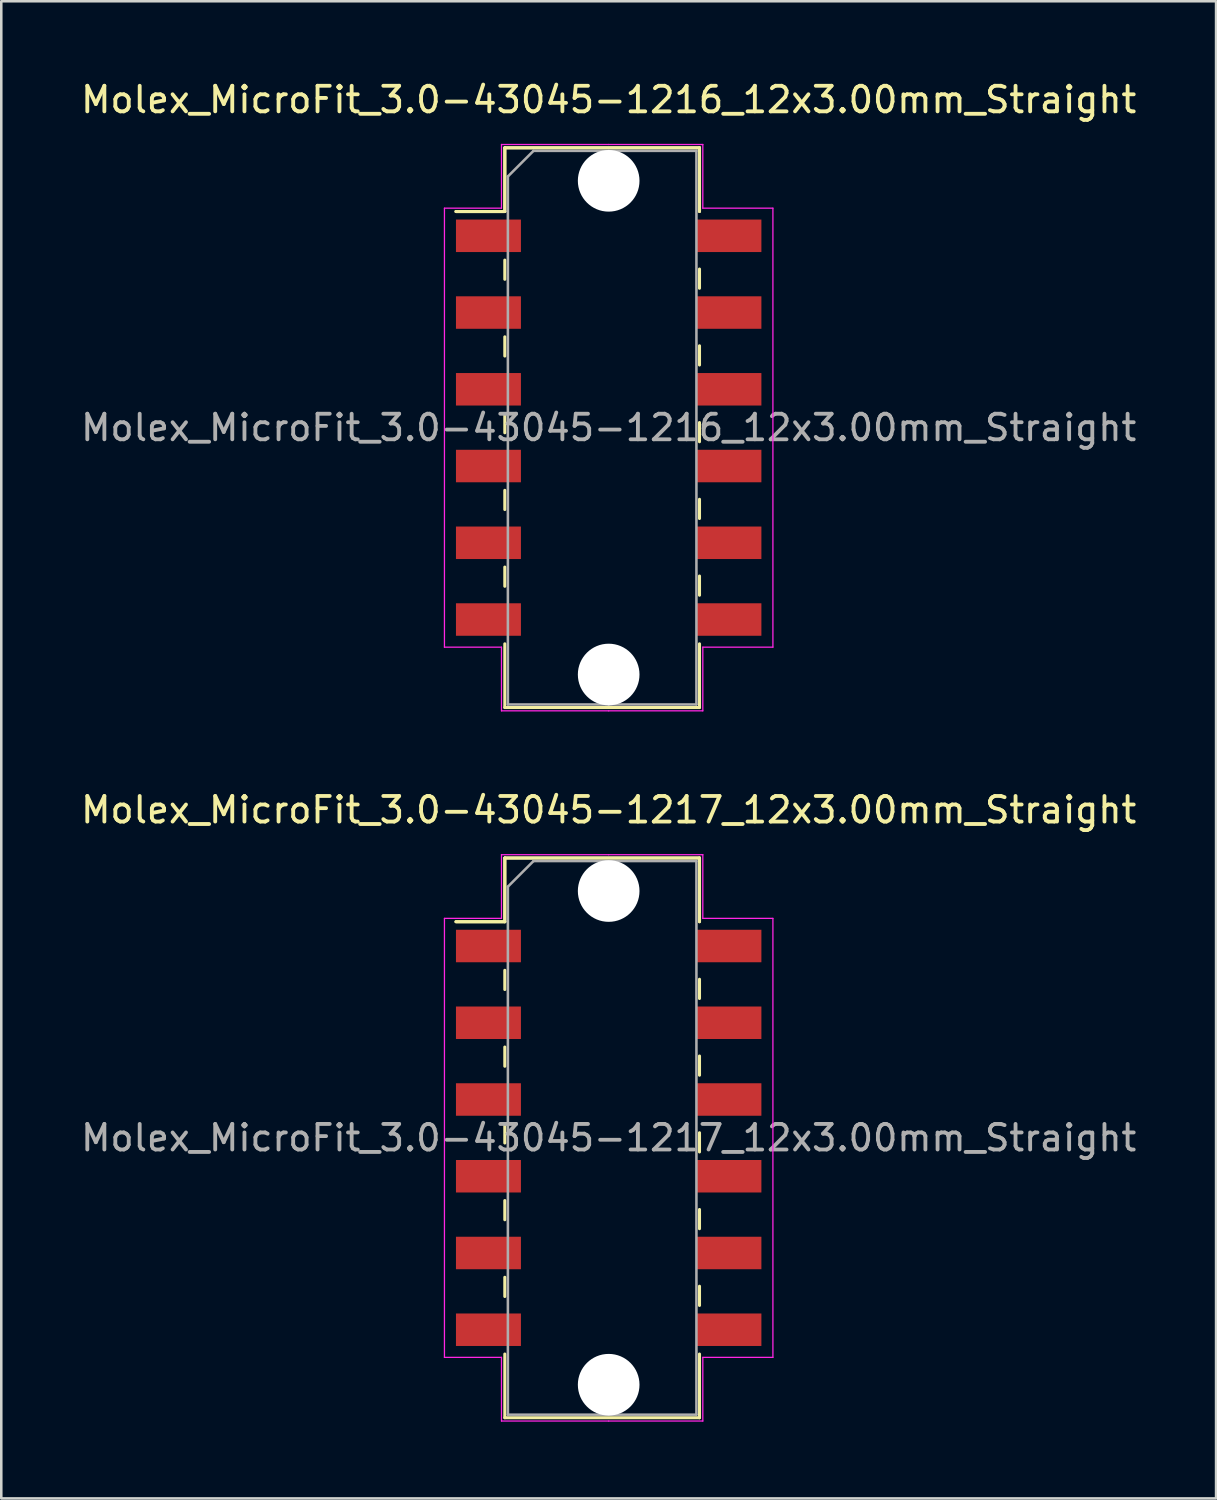
<source format=kicad_pcb>
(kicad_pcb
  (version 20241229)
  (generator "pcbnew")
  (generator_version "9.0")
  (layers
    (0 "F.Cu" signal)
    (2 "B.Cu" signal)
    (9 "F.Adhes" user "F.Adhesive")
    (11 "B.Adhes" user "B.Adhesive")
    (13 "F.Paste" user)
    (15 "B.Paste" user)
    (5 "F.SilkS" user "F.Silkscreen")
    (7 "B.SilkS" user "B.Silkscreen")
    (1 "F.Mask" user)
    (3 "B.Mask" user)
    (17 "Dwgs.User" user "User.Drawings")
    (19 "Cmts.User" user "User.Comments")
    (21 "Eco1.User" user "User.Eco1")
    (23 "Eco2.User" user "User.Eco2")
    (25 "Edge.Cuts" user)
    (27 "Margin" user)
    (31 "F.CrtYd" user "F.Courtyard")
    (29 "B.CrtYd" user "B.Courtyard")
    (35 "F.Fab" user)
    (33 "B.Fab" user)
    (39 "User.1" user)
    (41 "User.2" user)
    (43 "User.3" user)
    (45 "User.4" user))
  (footprint "Molex_MicroFit_3.0-43045-1217_12x3.00mm_Straight"
    (layer "F.Cu")
    (at 20.744 41.431)
    (property "Reference" "Molex_MicroFit_3.0-43045-1217_12x3.00mm_Straight" (at 0 -12.82 0) (layer "F.SilkS") (effects (font (size 1 1) (thickness 0.15))))
    (attr smd)
    (fp_line (start -5.97 -8.45) (end -4.06 -8.45) (stroke (width 0.12) (type solid)) (layer "F.SilkS"))
    (fp_line (start -5.97 -8.45) (end -4.06 -8.45) (stroke (width 0.12) (type solid)) (layer "F.SilkS"))
    (fp_line (start -4.06 -10.94) (end 3.55 -10.94) (stroke (width 0.12) (type solid)) (layer "F.SilkS"))
    (fp_line (start -4.06 -10.94) (end 3.55 -10.94) (stroke (width 0.12) (type solid)) (layer "F.SilkS"))
    (fp_line (start -4.06 -8.45) (end -4.06 -10.94) (stroke (width 0.12) (type solid)) (layer "F.SilkS"))
    (fp_line (start -4.06 -8.45) (end -4.06 -10.94) (stroke (width 0.12) (type solid)) (layer "F.SilkS"))
    (fp_line (start -4.06 -6.55) (end -4.06 -5.8) (stroke (width 0.12) (type solid)) (layer "F.SilkS"))
    (fp_line (start -4.06 -3.55) (end -4.06 -2.8) (stroke (width 0.12) (type solid)) (layer "F.SilkS"))
    (fp_line (start -4.06 -0.55) (end -4.06 0.2) (stroke (width 0.12) (type solid)) (layer "F.SilkS"))
    (fp_line (start -4.06 2.45) (end -4.06 3.2) (stroke (width 0.12) (type solid)) (layer "F.SilkS"))
    (fp_line (start -4.06 5.45) (end -4.06 6.2) (stroke (width 0.12) (type solid)) (layer "F.SilkS"))
    (fp_line (start -4.06 10.94) (end -4.06 8.45) (stroke (width 0.12) (type solid)) (layer "F.SilkS"))
    (fp_line (start 3.55 -10.94) (end 3.55 -8.45) (stroke (width 0.12) (type solid)) (layer "F.SilkS"))
    (fp_line (start 3.55 -10.94) (end 3.55 -8.45) (stroke (width 0.12) (type solid)) (layer "F.SilkS"))
    (fp_line (start 3.55 -5.45) (end 3.55 -6.2) (stroke (width 0.12) (type solid)) (layer "F.SilkS"))
    (fp_line (start 3.55 -2.45) (end 3.55 -3.2) (stroke (width 0.12) (type solid)) (layer "F.SilkS"))
    (fp_line (start 3.55 0.55) (end 3.55 -0.2) (stroke (width 0.12) (type solid)) (layer "F.SilkS"))
    (fp_line (start 3.55 3.55) (end 3.55 2.8) (stroke (width 0.12) (type solid)) (layer "F.SilkS"))
    (fp_line (start 3.55 6.55) (end 3.55 5.8) (stroke (width 0.12) (type solid)) (layer "F.SilkS"))
    (fp_line (start 3.55 8.45) (end 3.55 10.94) (stroke (width 0.12) (type solid)) (layer "F.SilkS"))
    (fp_line (start 3.55 10.94) (end -4.06 10.94) (stroke (width 0.12) (type solid)) (layer "F.SilkS"))
    (fp_line (start -6.42 -8.58) (end -4.19 -8.58) (stroke (width 0.05) (type solid)) (layer "F.CrtYd"))
    (fp_line (start -6.42 8.58) (end -6.42 -8.58) (stroke (width 0.05) (type solid)) (layer "F.CrtYd"))
    (fp_line (start -4.19 -11.07) (end 0 -11.07) (stroke (width 0.05) (type solid)) (layer "F.CrtYd"))
    (fp_line (start -4.19 -8.58) (end -4.19 -11.07) (stroke (width 0.05) (type solid)) (layer "F.CrtYd"))
    (fp_line (start -4.19 8.58) (end -6.42 8.58) (stroke (width 0.05) (type solid)) (layer "F.CrtYd"))
    (fp_line (start -4.19 11.07) (end -4.19 8.58) (stroke (width 0.05) (type solid)) (layer "F.CrtYd"))
    (fp_line (start 0 -11.07) (end 3.68 -11.07) (stroke (width 0.05) (type solid)) (layer "F.CrtYd"))
    (fp_line (start 0 11.07) (end -4.19 11.07) (stroke (width 0.05) (type solid)) (layer "F.CrtYd"))
    (fp_line (start 3.68 -11.07) (end 3.68 -8.58) (stroke (width 0.05) (type solid)) (layer "F.CrtYd"))
    (fp_line (start 3.68 -8.58) (end 6.42 -8.58) (stroke (width 0.05) (type solid)) (layer "F.CrtYd"))
    (fp_line (start 3.68 8.58) (end 3.68 11.07) (stroke (width 0.05) (type solid)) (layer "F.CrtYd"))
    (fp_line (start 3.68 11.07) (end 0 11.07) (stroke (width 0.05) (type solid)) (layer "F.CrtYd"))
    (fp_line (start 6.42 -8.58) (end 6.42 8.58) (stroke (width 0.05) (type solid)) (layer "F.CrtYd"))
    (fp_line (start 6.42 8.58) (end 3.68 8.58) (stroke (width 0.05) (type solid)) (layer "F.CrtYd"))
    (fp_line (start -3.94 -9.82) (end -2.94 -10.82) (stroke (width 0.1) (type solid)) (layer "F.Fab"))
    (fp_line (start -3.94 10.82) (end -3.94 -9.82) (stroke (width 0.1) (type solid)) (layer "F.Fab"))
    (fp_line (start -2.94 -10.82) (end 0 -10.82) (stroke (width 0.1) (type solid)) (layer "F.Fab"))
    (fp_line (start 0 -10.82) (end 3.43 -10.82) (stroke (width 0.1) (type solid)) (layer "F.Fab"))
    (fp_line (start 0 10.82) (end -3.94 10.82) (stroke (width 0.1) (type solid)) (layer "F.Fab"))
    (fp_line (start 3.43 -10.82) (end 3.43 10.82) (stroke (width 0.1) (type solid)) (layer "F.Fab"))
    (fp_line (start 3.43 10.82) (end 0 10.82) (stroke (width 0.1) (type solid)) (layer "F.Fab"))
    (fp_text user "${REFERENCE}" (at 0 0 0) (layer "F.Fab") (effects (font (size 1 1) (thickness 0.15))))
    (pad "" np_thru_hole circle (at 0 -9.65) (size 2.41 2.41) (drill 2.41) (layers "*.Cu"))
    (pad "" np_thru_hole circle (at 0 9.65) (size 2.41 2.41) (drill 2.41) (layers "*.Cu"))
    (pad "1" smd rect (at -4.7 -7.5) (size 2.54 1.27) (layers "F.Cu" "F.Mask" "F.Paste"))
    (pad "2" smd rect (at -4.7 -4.5) (size 2.54 1.27) (layers "F.Cu" "F.Mask" "F.Paste"))
    (pad "3" smd rect (at -4.7 -1.5) (size 2.54 1.27) (layers "F.Cu" "F.Mask" "F.Paste"))
    (pad "4" smd rect (at -4.7 1.5) (size 2.54 1.27) (layers "F.Cu" "F.Mask" "F.Paste"))
    (pad "5" smd rect (at -4.7 4.5) (size 2.54 1.27) (layers "F.Cu" "F.Mask" "F.Paste"))
    (pad "6" smd rect (at -4.7 7.5) (size 2.54 1.27) (layers "F.Cu" "F.Mask" "F.Paste"))
    (pad "7" smd rect (at 4.7 7.5) (size 2.54 1.27) (layers "F.Cu" "F.Mask" "F.Paste"))
    (pad "8" smd rect (at 4.7 4.5) (size 2.54 1.27) (layers "F.Cu" "F.Mask" "F.Paste"))
    (pad "9" smd rect (at 4.7 1.5) (size 2.54 1.27) (layers "F.Cu" "F.Mask" "F.Paste"))
    (pad "10" smd rect (at 4.7 -1.5) (size 2.54 1.27) (layers "F.Cu" "F.Mask" "F.Paste"))
    (pad "11" smd rect (at 4.7 -4.5) (size 2.54 1.27) (layers "F.Cu" "F.Mask" "F.Paste"))
    (pad "12" smd rect (at 4.7 -7.5) (size 2.54 1.27) (layers "F.Cu" "F.Mask" "F.Paste")))
  (footprint "Molex_MicroFit_3.0-43045-1216_12x3.00mm_Straight"
    (layer "F.Cu")
    (at 20.744 13.668)
    (property "Reference" "Molex_MicroFit_3.0-43045-1216_12x3.00mm_Straight" (at 0 -12.82 0) (layer "F.SilkS") (effects (font (size 1 1) (thickness 0.15))))
    (attr smd)
    (fp_line (start -5.97 -8.45) (end -4.06 -8.45) (stroke (width 0.12) (type solid)) (layer "F.SilkS"))
    (fp_line (start -5.97 -8.45) (end -4.06 -8.45) (stroke (width 0.12) (type solid)) (layer "F.SilkS"))
    (fp_line (start -4.06 -10.94) (end 3.55 -10.94) (stroke (width 0.12) (type solid)) (layer "F.SilkS"))
    (fp_line (start -4.06 -10.94) (end 3.55 -10.94) (stroke (width 0.12) (type solid)) (layer "F.SilkS"))
    (fp_line (start -4.06 -8.45) (end -4.06 -10.94) (stroke (width 0.12) (type solid)) (layer "F.SilkS"))
    (fp_line (start -4.06 -8.45) (end -4.06 -10.94) (stroke (width 0.12) (type solid)) (layer "F.SilkS"))
    (fp_line (start -4.06 -6.55) (end -4.06 -5.8) (stroke (width 0.12) (type solid)) (layer "F.SilkS"))
    (fp_line (start -4.06 -3.55) (end -4.06 -2.8) (stroke (width 0.12) (type solid)) (layer "F.SilkS"))
    (fp_line (start -4.06 -0.55) (end -4.06 0.2) (stroke (width 0.12) (type solid)) (layer "F.SilkS"))
    (fp_line (start -4.06 2.45) (end -4.06 3.2) (stroke (width 0.12) (type solid)) (layer "F.SilkS"))
    (fp_line (start -4.06 5.45) (end -4.06 6.2) (stroke (width 0.12) (type solid)) (layer "F.SilkS"))
    (fp_line (start -4.06 10.94) (end -4.06 8.45) (stroke (width 0.12) (type solid)) (layer "F.SilkS"))
    (fp_line (start 3.55 -10.94) (end 3.55 -8.45) (stroke (width 0.12) (type solid)) (layer "F.SilkS"))
    (fp_line (start 3.55 -10.94) (end 3.55 -8.45) (stroke (width 0.12) (type solid)) (layer "F.SilkS"))
    (fp_line (start 3.55 -5.45) (end 3.55 -6.2) (stroke (width 0.12) (type solid)) (layer "F.SilkS"))
    (fp_line (start 3.55 -2.45) (end 3.55 -3.2) (stroke (width 0.12) (type solid)) (layer "F.SilkS"))
    (fp_line (start 3.55 0.55) (end 3.55 -0.2) (stroke (width 0.12) (type solid)) (layer "F.SilkS"))
    (fp_line (start 3.55 3.55) (end 3.55 2.8) (stroke (width 0.12) (type solid)) (layer "F.SilkS"))
    (fp_line (start 3.55 6.55) (end 3.55 5.8) (stroke (width 0.12) (type solid)) (layer "F.SilkS"))
    (fp_line (start 3.55 8.45) (end 3.55 10.94) (stroke (width 0.12) (type solid)) (layer "F.SilkS"))
    (fp_line (start 3.55 10.94) (end -4.06 10.94) (stroke (width 0.12) (type solid)) (layer "F.SilkS"))
    (fp_line (start -6.42 -8.58) (end -4.19 -8.58) (stroke (width 0.05) (type solid)) (layer "F.CrtYd"))
    (fp_line (start -6.42 8.58) (end -6.42 -8.58) (stroke (width 0.05) (type solid)) (layer "F.CrtYd"))
    (fp_line (start -4.19 -11.07) (end 0 -11.07) (stroke (width 0.05) (type solid)) (layer "F.CrtYd"))
    (fp_line (start -4.19 -8.58) (end -4.19 -11.07) (stroke (width 0.05) (type solid)) (layer "F.CrtYd"))
    (fp_line (start -4.19 8.58) (end -6.42 8.58) (stroke (width 0.05) (type solid)) (layer "F.CrtYd"))
    (fp_line (start -4.19 11.07) (end -4.19 8.58) (stroke (width 0.05) (type solid)) (layer "F.CrtYd"))
    (fp_line (start 0 -11.07) (end 3.68 -11.07) (stroke (width 0.05) (type solid)) (layer "F.CrtYd"))
    (fp_line (start 0 11.07) (end -4.19 11.07) (stroke (width 0.05) (type solid)) (layer "F.CrtYd"))
    (fp_line (start 3.68 -11.07) (end 3.68 -8.58) (stroke (width 0.05) (type solid)) (layer "F.CrtYd"))
    (fp_line (start 3.68 -8.58) (end 6.42 -8.58) (stroke (width 0.05) (type solid)) (layer "F.CrtYd"))
    (fp_line (start 3.68 8.58) (end 3.68 11.07) (stroke (width 0.05) (type solid)) (layer "F.CrtYd"))
    (fp_line (start 3.68 11.07) (end 0 11.07) (stroke (width 0.05) (type solid)) (layer "F.CrtYd"))
    (fp_line (start 6.42 -8.58) (end 6.42 8.58) (stroke (width 0.05) (type solid)) (layer "F.CrtYd"))
    (fp_line (start 6.42 8.58) (end 3.68 8.58) (stroke (width 0.05) (type solid)) (layer "F.CrtYd"))
    (fp_line (start -3.94 -9.82) (end -2.94 -10.82) (stroke (width 0.1) (type solid)) (layer "F.Fab"))
    (fp_line (start -3.94 10.82) (end -3.94 -9.82) (stroke (width 0.1) (type solid)) (layer "F.Fab"))
    (fp_line (start -2.94 -10.82) (end 0 -10.82) (stroke (width 0.1) (type solid)) (layer "F.Fab"))
    (fp_line (start 0 -10.82) (end 3.43 -10.82) (stroke (width 0.1) (type solid)) (layer "F.Fab"))
    (fp_line (start 0 10.82) (end -3.94 10.82) (stroke (width 0.1) (type solid)) (layer "F.Fab"))
    (fp_line (start 3.43 -10.82) (end 3.43 10.82) (stroke (width 0.1) (type solid)) (layer "F.Fab"))
    (fp_line (start 3.43 10.82) (end 0 10.82) (stroke (width 0.1) (type solid)) (layer "F.Fab"))
    (fp_text user "${REFERENCE}" (at 0 0 0) (layer "F.Fab") (effects (font (size 1 1) (thickness 0.15))))
    (pad "" np_thru_hole circle (at 0 -9.65) (size 2.41 2.41) (drill 2.41) (layers "*.Cu"))
    (pad "" np_thru_hole circle (at 0 9.65) (size 2.41 2.41) (drill 2.41) (layers "*.Cu"))
    (pad "1" smd rect (at -4.7 -7.5) (size 2.54 1.27) (layers "F.Cu" "F.Mask" "F.Paste"))
    (pad "2" smd rect (at -4.7 -4.5) (size 2.54 1.27) (layers "F.Cu" "F.Mask" "F.Paste"))
    (pad "3" smd rect (at -4.7 -1.5) (size 2.54 1.27) (layers "F.Cu" "F.Mask" "F.Paste"))
    (pad "4" smd rect (at -4.7 1.5) (size 2.54 1.27) (layers "F.Cu" "F.Mask" "F.Paste"))
    (pad "5" smd rect (at -4.7 4.5) (size 2.54 1.27) (layers "F.Cu" "F.Mask" "F.Paste"))
    (pad "6" smd rect (at -4.7 7.5) (size 2.54 1.27) (layers "F.Cu" "F.Mask" "F.Paste"))
    (pad "7" smd rect (at 4.7 7.5) (size 2.54 1.27) (layers "F.Cu" "F.Mask" "F.Paste"))
    (pad "8" smd rect (at 4.7 4.5) (size 2.54 1.27) (layers "F.Cu" "F.Mask" "F.Paste"))
    (pad "9" smd rect (at 4.7 1.5) (size 2.54 1.27) (layers "F.Cu" "F.Mask" "F.Paste"))
    (pad "10" smd rect (at 4.7 -1.5) (size 2.54 1.27) (layers "F.Cu" "F.Mask" "F.Paste"))
    (pad "11" smd rect (at 4.7 -4.5) (size 2.54 1.27) (layers "F.Cu" "F.Mask" "F.Paste"))
    (pad "12" smd rect (at 4.7 -7.5) (size 2.54 1.27) (layers "F.Cu" "F.Mask" "F.Paste")))
  (gr_rect
    (start -3 -3)
    (end 44.488 55.526)
    (stroke (width 0.1) (type default))
    (fill no)
    (layer "Edge.Cuts")))
</source>
